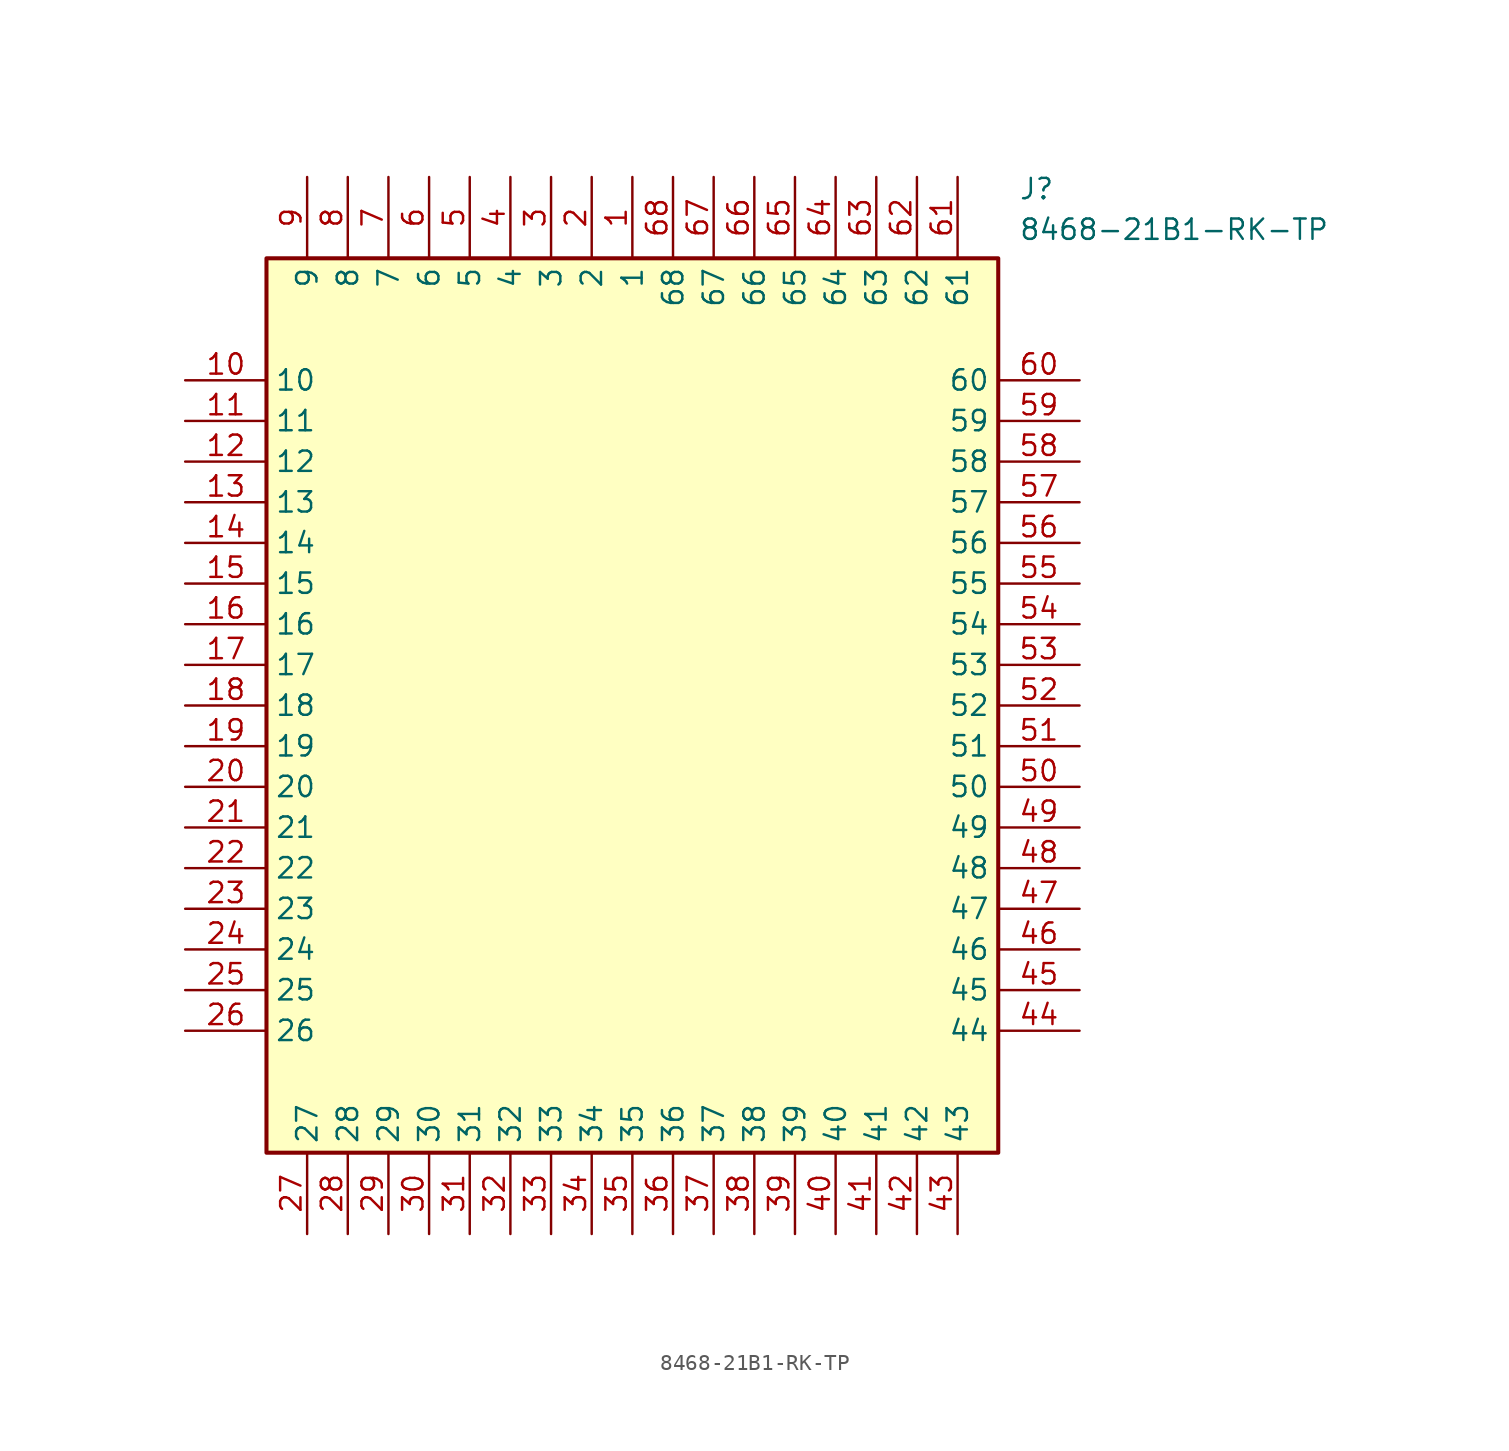
<source format=kicad_sym>
(kicad_symbol_lib
  (version 20231120)
  (generator "kicad_symbol_editor")
  (generator_version "8.0")
  (symbol "8468-21B1-RK-TP"
    (property "Reference" "J"
      (at 52.07 12.7 0)
      (effects (font (size 1.27 1.27)) (justify left top)))
    (property "Value" "8468-21B1-RK-TP"
      (at 52.07 10.16 0)
      (effects (font (size 1.27 1.27)) (justify left top)))
    (symbol "8468-21B1-RK-TP_1_1"
      (rectangle (start 5.08 7.62) (end 50.8 -48.26) (stroke (width 0.254) (type default)) (fill (type background)))
      (pin passive line (at 27.94 12.7 270) (length 5.08) (name "1" (effects (font (size 1.27 1.27)))) (number "1" (effects (font (size 1.27 1.27)))))
      (pin passive line (at 0 0 0) (length 5.08) (name "10" (effects (font (size 1.27 1.27)))) (number "10" (effects (font (size 1.27 1.27)))))
      (pin passive line (at 0 -2.54 0) (length 5.08) (name "11" (effects (font (size 1.27 1.27)))) (number "11" (effects (font (size 1.27 1.27)))))
      (pin passive line (at 0 -5.08 0) (length 5.08) (name "12" (effects (font (size 1.27 1.27)))) (number "12" (effects (font (size 1.27 1.27)))))
      (pin passive line (at 0 -7.62 0) (length 5.08) (name "13" (effects (font (size 1.27 1.27)))) (number "13" (effects (font (size 1.27 1.27)))))
      (pin passive line (at 0 -10.16 0) (length 5.08) (name "14" (effects (font (size 1.27 1.27)))) (number "14" (effects (font (size 1.27 1.27)))))
      (pin passive line (at 0 -12.7 0) (length 5.08) (name "15" (effects (font (size 1.27 1.27)))) (number "15" (effects (font (size 1.27 1.27)))))
      (pin passive line (at 0 -15.24 0) (length 5.08) (name "16" (effects (font (size 1.27 1.27)))) (number "16" (effects (font (size 1.27 1.27)))))
      (pin passive line (at 0 -17.78 0) (length 5.08) (name "17" (effects (font (size 1.27 1.27)))) (number "17" (effects (font (size 1.27 1.27)))))
      (pin passive line (at 0 -20.32 0) (length 5.08) (name "18" (effects (font (size 1.27 1.27)))) (number "18" (effects (font (size 1.27 1.27)))))
      (pin passive line (at 0 -22.86 0) (length 5.08) (name "19" (effects (font (size 1.27 1.27)))) (number "19" (effects (font (size 1.27 1.27)))))
      (pin passive line (at 25.4 12.7 270) (length 5.08) (name "2" (effects (font (size 1.27 1.27)))) (number "2" (effects (font (size 1.27 1.27)))))
      (pin passive line (at 0 -25.4 0) (length 5.08) (name "20" (effects (font (size 1.27 1.27)))) (number "20" (effects (font (size 1.27 1.27)))))
      (pin passive line (at 0 -27.94 0) (length 5.08) (name "21" (effects (font (size 1.27 1.27)))) (number "21" (effects (font (size 1.27 1.27)))))
      (pin passive line (at 0 -30.48 0) (length 5.08) (name "22" (effects (font (size 1.27 1.27)))) (number "22" (effects (font (size 1.27 1.27)))))
      (pin passive line (at 0 -33.02 0) (length 5.08) (name "23" (effects (font (size 1.27 1.27)))) (number "23" (effects (font (size 1.27 1.27)))))
      (pin passive line (at 0 -35.56 0) (length 5.08) (name "24" (effects (font (size 1.27 1.27)))) (number "24" (effects (font (size 1.27 1.27)))))
      (pin passive line (at 0 -38.1 0) (length 5.08) (name "25" (effects (font (size 1.27 1.27)))) (number "25" (effects (font (size 1.27 1.27)))))
      (pin passive line (at 0 -40.64 0) (length 5.08) (name "26" (effects (font (size 1.27 1.27)))) (number "26" (effects (font (size 1.27 1.27)))))
      (pin passive line (at 7.62 -53.34 90) (length 5.08) (name "27" (effects (font (size 1.27 1.27)))) (number "27" (effects (font (size 1.27 1.27)))))
      (pin passive line (at 10.16 -53.34 90) (length 5.08) (name "28" (effects (font (size 1.27 1.27)))) (number "28" (effects (font (size 1.27 1.27)))))
      (pin passive line (at 12.7 -53.34 90) (length 5.08) (name "29" (effects (font (size 1.27 1.27)))) (number "29" (effects (font (size 1.27 1.27)))))
      (pin passive line (at 22.86 12.7 270) (length 5.08) (name "3" (effects (font (size 1.27 1.27)))) (number "3" (effects (font (size 1.27 1.27)))))
      (pin passive line (at 15.24 -53.34 90) (length 5.08) (name "30" (effects (font (size 1.27 1.27)))) (number "30" (effects (font (size 1.27 1.27)))))
      (pin passive line (at 17.78 -53.34 90) (length 5.08) (name "31" (effects (font (size 1.27 1.27)))) (number "31" (effects (font (size 1.27 1.27)))))
      (pin passive line (at 20.32 -53.34 90) (length 5.08) (name "32" (effects (font (size 1.27 1.27)))) (number "32" (effects (font (size 1.27 1.27)))))
      (pin passive line (at 22.86 -53.34 90) (length 5.08) (name "33" (effects (font (size 1.27 1.27)))) (number "33" (effects (font (size 1.27 1.27)))))
      (pin passive line (at 25.4 -53.34 90) (length 5.08) (name "34" (effects (font (size 1.27 1.27)))) (number "34" (effects (font (size 1.27 1.27)))))
      (pin passive line (at 27.94 -53.34 90) (length 5.08) (name "35" (effects (font (size 1.27 1.27)))) (number "35" (effects (font (size 1.27 1.27)))))
      (pin passive line (at 30.48 -53.34 90) (length 5.08) (name "36" (effects (font (size 1.27 1.27)))) (number "36" (effects (font (size 1.27 1.27)))))
      (pin passive line (at 33.02 -53.34 90) (length 5.08) (name "37" (effects (font (size 1.27 1.27)))) (number "37" (effects (font (size 1.27 1.27)))))
      (pin passive line (at 35.56 -53.34 90) (length 5.08) (name "38" (effects (font (size 1.27 1.27)))) (number "38" (effects (font (size 1.27 1.27)))))
      (pin passive line (at 38.1 -53.34 90) (length 5.08) (name "39" (effects (font (size 1.27 1.27)))) (number "39" (effects (font (size 1.27 1.27)))))
      (pin passive line (at 20.32 12.7 270) (length 5.08) (name "4" (effects (font (size 1.27 1.27)))) (number "4" (effects (font (size 1.27 1.27)))))
      (pin passive line (at 40.64 -53.34 90) (length 5.08) (name "40" (effects (font (size 1.27 1.27)))) (number "40" (effects (font (size 1.27 1.27)))))
      (pin passive line (at 43.18 -53.34 90) (length 5.08) (name "41" (effects (font (size 1.27 1.27)))) (number "41" (effects (font (size 1.27 1.27)))))
      (pin passive line (at 45.72 -53.34 90) (length 5.08) (name "42" (effects (font (size 1.27 1.27)))) (number "42" (effects (font (size 1.27 1.27)))))
      (pin passive line (at 48.26 -53.34 90) (length 5.08) (name "43" (effects (font (size 1.27 1.27)))) (number "43" (effects (font (size 1.27 1.27)))))
      (pin passive line (at 55.88 -40.64 180) (length 5.08) (name "44" (effects (font (size 1.27 1.27)))) (number "44" (effects (font (size 1.27 1.27)))))
      (pin passive line (at 55.88 -38.1 180) (length 5.08) (name "45" (effects (font (size 1.27 1.27)))) (number "45" (effects (font (size 1.27 1.27)))))
      (pin passive line (at 55.88 -35.56 180) (length 5.08) (name "46" (effects (font (size 1.27 1.27)))) (number "46" (effects (font (size 1.27 1.27)))))
      (pin passive line (at 55.88 -33.02 180) (length 5.08) (name "47" (effects (font (size 1.27 1.27)))) (number "47" (effects (font (size 1.27 1.27)))))
      (pin passive line (at 55.88 -30.48 180) (length 5.08) (name "48" (effects (font (size 1.27 1.27)))) (number "48" (effects (font (size 1.27 1.27)))))
      (pin passive line (at 55.88 -27.94 180) (length 5.08) (name "49" (effects (font (size 1.27 1.27)))) (number "49" (effects (font (size 1.27 1.27)))))
      (pin passive line (at 17.78 12.7 270) (length 5.08) (name "5" (effects (font (size 1.27 1.27)))) (number "5" (effects (font (size 1.27 1.27)))))
      (pin passive line (at 55.88 -25.4 180) (length 5.08) (name "50" (effects (font (size 1.27 1.27)))) (number "50" (effects (font (size 1.27 1.27)))))
      (pin passive line (at 55.88 -22.86 180) (length 5.08) (name "51" (effects (font (size 1.27 1.27)))) (number "51" (effects (font (size 1.27 1.27)))))
      (pin passive line (at 55.88 -20.32 180) (length 5.08) (name "52" (effects (font (size 1.27 1.27)))) (number "52" (effects (font (size 1.27 1.27)))))
      (pin passive line (at 55.88 -17.78 180) (length 5.08) (name "53" (effects (font (size 1.27 1.27)))) (number "53" (effects (font (size 1.27 1.27)))))
      (pin passive line (at 55.88 -15.24 180) (length 5.08) (name "54" (effects (font (size 1.27 1.27)))) (number "54" (effects (font (size 1.27 1.27)))))
      (pin passive line (at 55.88 -12.7 180) (length 5.08) (name "55" (effects (font (size 1.27 1.27)))) (number "55" (effects (font (size 1.27 1.27)))))
      (pin passive line (at 55.88 -10.16 180) (length 5.08) (name "56" (effects (font (size 1.27 1.27)))) (number "56" (effects (font (size 1.27 1.27)))))
      (pin passive line (at 55.88 -7.62 180) (length 5.08) (name "57" (effects (font (size 1.27 1.27)))) (number "57" (effects (font (size 1.27 1.27)))))
      (pin passive line (at 55.88 -5.08 180) (length 5.08) (name "58" (effects (font (size 1.27 1.27)))) (number "58" (effects (font (size 1.27 1.27)))))
      (pin passive line (at 55.88 -2.54 180) (length 5.08) (name "59" (effects (font (size 1.27 1.27)))) (number "59" (effects (font (size 1.27 1.27)))))
      (pin passive line (at 15.24 12.7 270) (length 5.08) (name "6" (effects (font (size 1.27 1.27)))) (number "6" (effects (font (size 1.27 1.27)))))
      (pin passive line (at 55.88 0 180) (length 5.08) (name "60" (effects (font (size 1.27 1.27)))) (number "60" (effects (font (size 1.27 1.27)))))
      (pin passive line (at 48.26 12.7 270) (length 5.08) (name "61" (effects (font (size 1.27 1.27)))) (number "61" (effects (font (size 1.27 1.27)))))
      (pin passive line (at 45.72 12.7 270) (length 5.08) (name "62" (effects (font (size 1.27 1.27)))) (number "62" (effects (font (size 1.27 1.27)))))
      (pin passive line (at 43.18 12.7 270) (length 5.08) (name "63" (effects (font (size 1.27 1.27)))) (number "63" (effects (font (size 1.27 1.27)))))
      (pin passive line (at 40.64 12.7 270) (length 5.08) (name "64" (effects (font (size 1.27 1.27)))) (number "64" (effects (font (size 1.27 1.27)))))
      (pin passive line (at 38.1 12.7 270) (length 5.08) (name "65" (effects (font (size 1.27 1.27)))) (number "65" (effects (font (size 1.27 1.27)))))
      (pin passive line (at 35.56 12.7 270) (length 5.08) (name "66" (effects (font (size 1.27 1.27)))) (number "66" (effects (font (size 1.27 1.27)))))
      (pin passive line (at 33.02 12.7 270) (length 5.08) (name "67" (effects (font (size 1.27 1.27)))) (number "67" (effects (font (size 1.27 1.27)))))
      (pin passive line (at 30.48 12.7 270) (length 5.08) (name "68" (effects (font (size 1.27 1.27)))) (number "68" (effects (font (size 1.27 1.27)))))
      (pin passive line (at 12.7 12.7 270) (length 5.08) (name "7" (effects (font (size 1.27 1.27)))) (number "7" (effects (font (size 1.27 1.27)))))
      (pin passive line (at 10.16 12.7 270) (length 5.08) (name "8" (effects (font (size 1.27 1.27)))) (number "8" (effects (font (size 1.27 1.27)))))
      (pin passive line (at 7.62 12.7 270) (length 5.08) (name "9" (effects (font (size 1.27 1.27)))) (number "9" (effects (font (size 1.27 1.27))))))))
</source>
